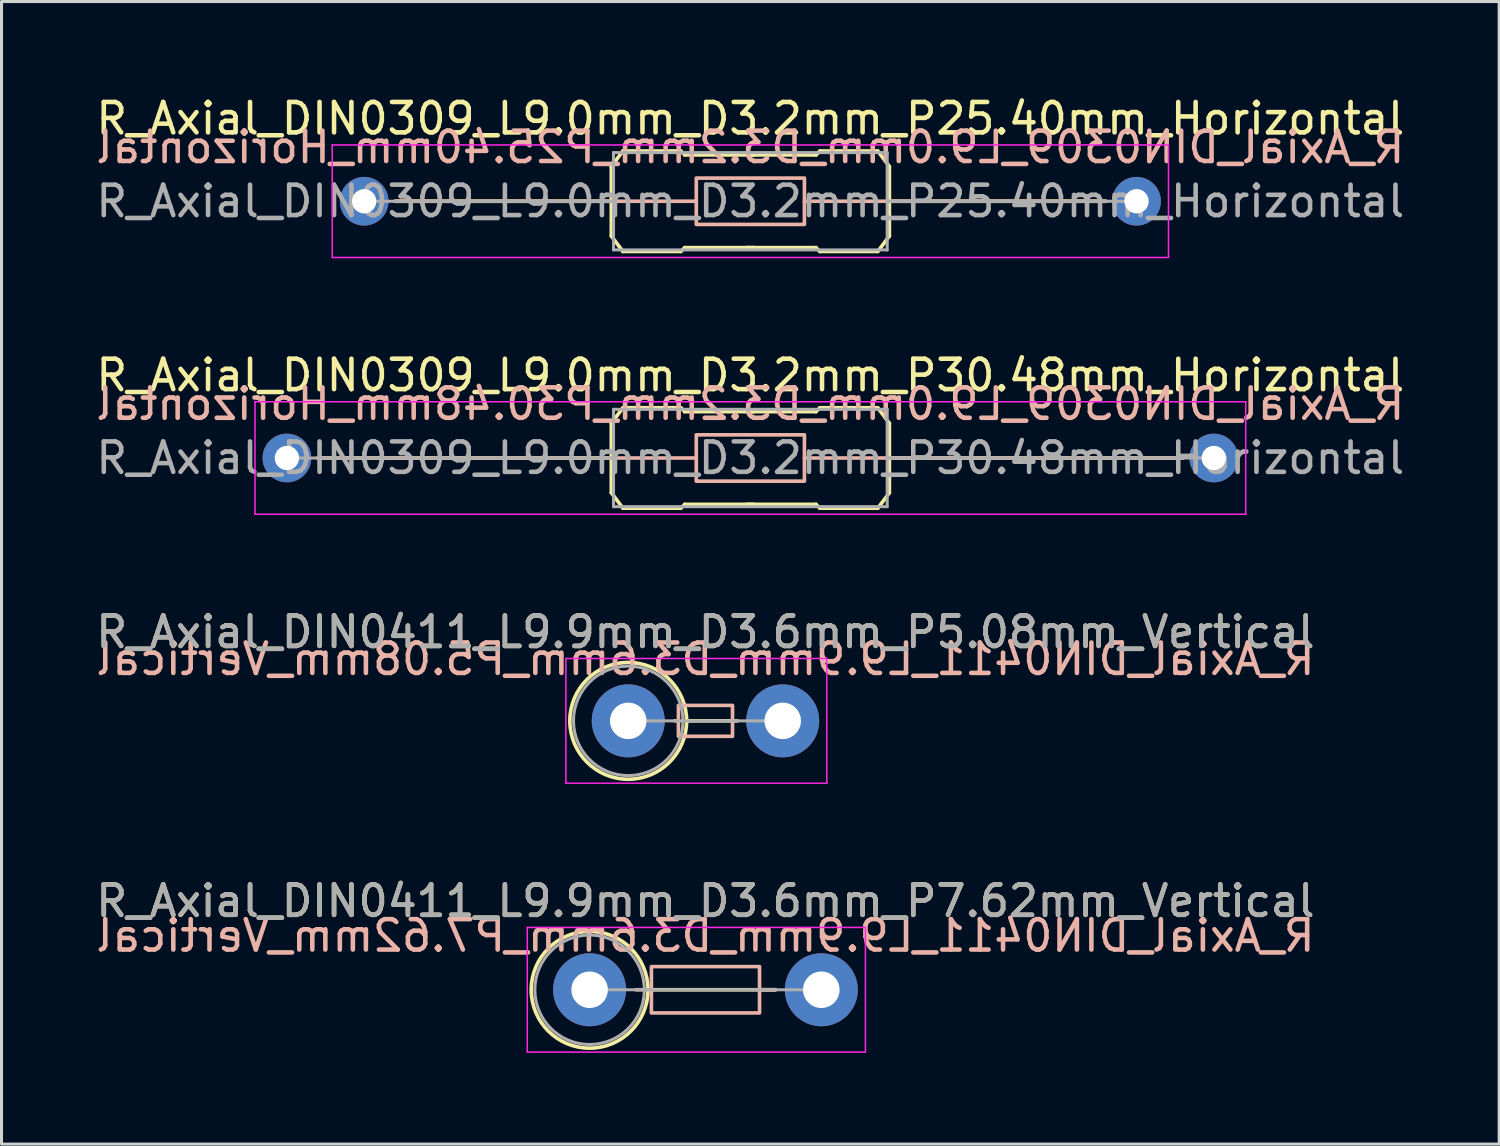
<source format=kicad_pcb>
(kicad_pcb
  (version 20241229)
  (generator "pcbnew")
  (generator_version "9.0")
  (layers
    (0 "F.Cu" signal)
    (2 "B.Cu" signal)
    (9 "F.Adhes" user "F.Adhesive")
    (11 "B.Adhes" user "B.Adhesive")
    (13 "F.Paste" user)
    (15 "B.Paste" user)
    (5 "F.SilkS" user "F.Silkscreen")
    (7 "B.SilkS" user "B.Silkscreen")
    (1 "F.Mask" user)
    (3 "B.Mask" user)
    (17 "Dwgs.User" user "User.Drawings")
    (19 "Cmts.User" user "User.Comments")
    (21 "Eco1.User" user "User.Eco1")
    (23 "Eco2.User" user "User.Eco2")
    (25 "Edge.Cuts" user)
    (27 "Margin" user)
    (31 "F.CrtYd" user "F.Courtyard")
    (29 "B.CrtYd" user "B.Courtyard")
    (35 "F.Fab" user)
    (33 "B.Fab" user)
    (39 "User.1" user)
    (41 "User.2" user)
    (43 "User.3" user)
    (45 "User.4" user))
  (footprint "R_Axial_DIN0411_L9.9mm_D3.6mm_P7.62mm_Vertical"
    (layer "F.Cu")
    (at 16.339 29.498)
    (property "Reference" "R_Axial_DIN0411_L9.9mm_D3.6mm_P7.62mm_Vertical" (at 3.81 -2.92 0) (layer "F.SilkS") (effects (font (size 1 1) (thickness 0.15))))
    (fp_line (start 1.92 0) (end 6.12 0) (stroke (width 0.12) (type solid)) (layer "F.SilkS"))
    (fp_circle (center 0 0) (end 1.92 0) (stroke (width 0.12) (type solid)) (fill no) (layer "F.SilkS"))
    (fp_line (start 2.032 0) (end 1.524 0) (stroke (width 0.12) (type solid)) (layer "B.SilkS"))
    (fp_line (start 5.588 0) (end 6.096 0) (stroke (width 0.12) (type solid)) (layer "B.SilkS"))
    (fp_rect (start 2.032 -0.762) (end 5.588 0.762) (stroke (width 0.12) (type solid)) (fill no) (layer "B.SilkS"))
    (fp_line (start -2.05 -2.05) (end -2.05 2.05) (stroke (width 0.05) (type solid)) (layer "F.CrtYd"))
    (fp_line (start -2.05 2.05) (end 9.07 2.05) (stroke (width 0.05) (type solid)) (layer "F.CrtYd"))
    (fp_line (start 9.07 -2.05) (end -2.05 -2.05) (stroke (width 0.05) (type solid)) (layer "F.CrtYd"))
    (fp_line (start 9.07 2.05) (end 9.07 -2.05) (stroke (width 0.05) (type solid)) (layer "F.CrtYd"))
    (fp_line (start 0 0) (end 7.62 0) (stroke (width 0.1) (type solid)) (layer "F.Fab"))
    (fp_circle (center 0 0) (end 1.8 0) (stroke (width 0.1) (type solid)) (fill no) (layer "F.Fab"))
    (fp_text user "${REFERENCE}" (at 3.81 -1.778 0) (layer "B.SilkS") (effects (font (size 1 1) (thickness 0.15)) (justify mirror)))
    (fp_text user "${REFERENCE}" (at 3.81 -2.92 0) (layer "F.Fab") (effects (font (size 1 1) (thickness 0.15))))
    (pad "1" thru_hole circle (at 0 0) (size 2.4 2.4) (drill 1.2) (layers "*.Cu" "*.Mask"))
    (pad "2" thru_hole oval (at 7.62 0) (size 2.4 2.4) (drill 1.2) (layers "*.Cu" "*.Mask")))
  (footprint "R_Axial_DIN0309_L9.0mm_D3.2mm_P25.40mm_Horizontal"
    (layer "F.Cu")
    (at 8.925 3.568)
    (property "Reference" "R_Axial_DIN0309_L9.0mm_D3.2mm_P25.40mm_Horizontal" (at 12.7 -2.72 0) (layer "F.SilkS") (effects (font (size 1 1) (thickness 0.15))))
    (fp_line (start 8.128 -1.143) (end 8.509 -1.651) (stroke (width 0.12) (type solid)) (layer "F.SilkS"))
    (fp_line (start 8.128 0) (end 1.016 0) (stroke (width 0.12) (type solid)) (layer "F.SilkS"))
    (fp_line (start 8.128 1.143) (end 8.128 -1.143) (stroke (width 0.12) (type solid)) (layer "F.SilkS"))
    (fp_line (start 8.128 1.143) (end 8.509 1.651) (stroke (width 0.12) (type solid)) (layer "F.SilkS"))
    (fp_line (start 8.509 -1.651) (end 10.414 -1.651) (stroke (width 0.12) (type solid)) (layer "F.SilkS"))
    (fp_line (start 8.509 1.651) (end 10.414 1.651) (stroke (width 0.12) (type solid)) (layer "F.SilkS"))
    (fp_line (start 10.414 -1.651) (end 10.541 -1.524) (stroke (width 0.12) (type solid)) (layer "F.SilkS"))
    (fp_line (start 10.414 1.651) (end 10.541 1.524) (stroke (width 0.12) (type solid)) (layer "F.SilkS"))
    (fp_line (start 10.541 -1.524) (end 12.827 -1.524) (stroke (width 0.12) (type solid)) (layer "F.SilkS"))
    (fp_line (start 10.541 1.524) (end 12.827 1.524) (stroke (width 0.12) (type solid)) (layer "F.SilkS"))
    (fp_line (start 14.859 -1.524) (end 12.573 -1.524) (stroke (width 0.12) (type solid)) (layer "F.SilkS"))
    (fp_line (start 14.859 1.524) (end 12.573 1.524) (stroke (width 0.12) (type solid)) (layer "F.SilkS"))
    (fp_line (start 14.986 -1.651) (end 14.859 -1.524) (stroke (width 0.12) (type solid)) (layer "F.SilkS"))
    (fp_line (start 14.986 1.651) (end 14.859 1.524) (stroke (width 0.12) (type solid)) (layer "F.SilkS"))
    (fp_line (start 16.891 -1.651) (end 14.986 -1.651) (stroke (width 0.12) (type solid)) (layer "F.SilkS"))
    (fp_line (start 16.891 1.651) (end 14.986 1.651) (stroke (width 0.12) (type solid)) (layer "F.SilkS"))
    (fp_line (start 17.272 -1.143) (end 16.891 -1.651) (stroke (width 0.12) (type solid)) (layer "F.SilkS"))
    (fp_line (start 17.272 0) (end 24.384 0) (stroke (width 0.12) (type solid)) (layer "F.SilkS"))
    (fp_line (start 17.272 1.143) (end 16.891 1.651) (stroke (width 0.12) (type solid)) (layer "F.SilkS"))
    (fp_line (start 17.272 1.143) (end 17.272 -1.143) (stroke (width 0.12) (type solid)) (layer "F.SilkS"))
    (fp_line (start 10.922 0) (end 1.016 0) (stroke (width 0.12) (type solid)) (layer "B.SilkS"))
    (fp_line (start 14.478 0) (end 24.384 0) (stroke (width 0.12) (type solid)) (layer "B.SilkS"))
    (fp_rect (start 10.922 -0.762) (end 14.478 0.762) (stroke (width 0.12) (type solid)) (fill no) (layer "B.SilkS"))
    (fp_line (start -1.05 -1.85) (end -1.05 1.85) (stroke (width 0.05) (type solid)) (layer "F.CrtYd"))
    (fp_line (start -1.05 1.85) (end 26.45 1.85) (stroke (width 0.05) (type solid)) (layer "F.CrtYd"))
    (fp_line (start 26.45 -1.85) (end -1.05 -1.85) (stroke (width 0.05) (type solid)) (layer "F.CrtYd"))
    (fp_line (start 26.45 1.85) (end 26.45 -1.85) (stroke (width 0.05) (type solid)) (layer "F.CrtYd"))
    (fp_line (start 0 0) (end 8.2 0) (stroke (width 0.1) (type solid)) (layer "F.Fab"))
    (fp_line (start 8.2 -1.6) (end 8.2 1.6) (stroke (width 0.1) (type solid)) (layer "F.Fab"))
    (fp_line (start 8.2 1.6) (end 17.2 1.6) (stroke (width 0.1) (type solid)) (layer "F.Fab"))
    (fp_line (start 17.2 -1.6) (end 8.2 -1.6) (stroke (width 0.1) (type solid)) (layer "F.Fab"))
    (fp_line (start 17.2 1.6) (end 17.2 -1.6) (stroke (width 0.1) (type solid)) (layer "F.Fab"))
    (fp_line (start 25.4 0) (end 17.2 0) (stroke (width 0.1) (type solid)) (layer "F.Fab"))
    (fp_text user "${REFERENCE}" (at 12.7 -1.778 0) (layer "B.SilkS") (effects (font (size 1 1) (thickness 0.15)) (justify mirror)))
    (fp_text user "${REFERENCE}" (at 12.7 0 0) (layer "F.Fab") (effects (font (size 1 1) (thickness 0.15))))
    (pad "1" thru_hole circle (at 0 0) (size 1.6 1.6) (drill 0.8) (layers "*.Cu" "*.Mask"))
    (pad "2" thru_hole oval (at 25.4 0) (size 1.6 1.6) (drill 0.8) (layers "*.Cu" "*.Mask")))
  (footprint "R_Axial_DIN0411_L9.9mm_D3.6mm_P5.08mm_Vertical"
    (layer "F.Cu")
    (at 17.609 20.655)
    (property "Reference" "R_Axial_DIN0411_L9.9mm_D3.6mm_P5.08mm_Vertical" (at 2.54 -2.92 0) (layer "F.SilkS") (effects (font (size 1 1) (thickness 0.15))))
    (fp_line (start 1.92 0) (end 3.58 0) (stroke (width 0.12) (type solid)) (layer "F.SilkS"))
    (fp_circle (center 0 0) (end 1.92 0) (stroke (width 0.12) (type solid)) (fill no) (layer "F.SilkS"))
    (fp_line (start 1.524 0) (end 1.651 0) (stroke (width 0.12) (type solid)) (layer "B.SilkS"))
    (fp_line (start 3.556 0) (end 3.429 0) (stroke (width 0.12) (type solid)) (layer "B.SilkS"))
    (fp_rect (start 1.651 -0.508) (end 3.429 0.508) (stroke (width 0.12) (type solid)) (fill no) (layer "B.SilkS"))
    (fp_line (start -2.05 -2.05) (end -2.05 2.05) (stroke (width 0.05) (type solid)) (layer "F.CrtYd"))
    (fp_line (start -2.05 2.05) (end 6.53 2.05) (stroke (width 0.05) (type solid)) (layer "F.CrtYd"))
    (fp_line (start 6.53 -2.05) (end -2.05 -2.05) (stroke (width 0.05) (type solid)) (layer "F.CrtYd"))
    (fp_line (start 6.53 2.05) (end 6.53 -2.05) (stroke (width 0.05) (type solid)) (layer "F.CrtYd"))
    (fp_line (start 0 0) (end 5.08 0) (stroke (width 0.1) (type solid)) (layer "F.Fab"))
    (fp_circle (center 0 0) (end 1.8 0) (stroke (width 0.1) (type solid)) (fill no) (layer "F.Fab"))
    (fp_text user "${REFERENCE}" (at 2.54 -2.032 0) (layer "B.SilkS") (effects (font (size 1 1) (thickness 0.15)) (justify mirror)))
    (fp_text user "${REFERENCE}" (at 2.54 -2.92 0) (layer "F.Fab") (effects (font (size 1 1) (thickness 0.15))))
    (pad "1" thru_hole circle (at 0 0) (size 2.4 2.4) (drill 1.2) (layers "*.Cu" "*.Mask"))
    (pad "2" thru_hole oval (at 5.08 0) (size 2.4 2.4) (drill 1.2) (layers "*.Cu" "*.Mask")))
  (footprint "R_Axial_DIN0309_L9.0mm_D3.2mm_P30.48mm_Horizontal"
    (layer "F.Cu")
    (at 6.385 12.011)
    (property "Reference" "R_Axial_DIN0309_L9.0mm_D3.2mm_P30.48mm_Horizontal" (at 15.24 -2.72 0) (layer "F.SilkS") (effects (font (size 1 1) (thickness 0.15))))
    (fp_line (start 10.668 -1.143) (end 11.049 -1.651) (stroke (width 0.12) (type solid)) (layer "F.SilkS"))
    (fp_line (start 10.668 0) (end 1.016 0) (stroke (width 0.12) (type solid)) (layer "F.SilkS"))
    (fp_line (start 10.668 1.143) (end 10.668 -1.143) (stroke (width 0.12) (type solid)) (layer "F.SilkS"))
    (fp_line (start 10.668 1.143) (end 11.049 1.651) (stroke (width 0.12) (type solid)) (layer "F.SilkS"))
    (fp_line (start 11.049 -1.651) (end 12.954 -1.651) (stroke (width 0.12) (type solid)) (layer "F.SilkS"))
    (fp_line (start 11.049 1.651) (end 12.954 1.651) (stroke (width 0.12) (type solid)) (layer "F.SilkS"))
    (fp_line (start 12.954 -1.651) (end 13.081 -1.524) (stroke (width 0.12) (type solid)) (layer "F.SilkS"))
    (fp_line (start 12.954 1.651) (end 13.081 1.524) (stroke (width 0.12) (type solid)) (layer "F.SilkS"))
    (fp_line (start 13.081 -1.524) (end 15.367 -1.524) (stroke (width 0.12) (type solid)) (layer "F.SilkS"))
    (fp_line (start 13.081 1.524) (end 15.367 1.524) (stroke (width 0.12) (type solid)) (layer "F.SilkS"))
    (fp_line (start 17.399 -1.524) (end 15.113 -1.524) (stroke (width 0.12) (type solid)) (layer "F.SilkS"))
    (fp_line (start 17.399 1.524) (end 15.113 1.524) (stroke (width 0.12) (type solid)) (layer "F.SilkS"))
    (fp_line (start 17.526 -1.651) (end 17.399 -1.524) (stroke (width 0.12) (type solid)) (layer "F.SilkS"))
    (fp_line (start 17.526 1.651) (end 17.399 1.524) (stroke (width 0.12) (type solid)) (layer "F.SilkS"))
    (fp_line (start 19.431 -1.651) (end 17.526 -1.651) (stroke (width 0.12) (type solid)) (layer "F.SilkS"))
    (fp_line (start 19.431 1.651) (end 17.526 1.651) (stroke (width 0.12) (type solid)) (layer "F.SilkS"))
    (fp_line (start 19.812 -1.143) (end 19.431 -1.651) (stroke (width 0.12) (type solid)) (layer "F.SilkS"))
    (fp_line (start 19.812 0) (end 29.464 0) (stroke (width 0.12) (type solid)) (layer "F.SilkS"))
    (fp_line (start 19.812 1.143) (end 19.431 1.651) (stroke (width 0.12) (type solid)) (layer "F.SilkS"))
    (fp_line (start 19.812 1.143) (end 19.812 -1.143) (stroke (width 0.12) (type solid)) (layer "F.SilkS"))
    (fp_line (start 13.462 0) (end 1.016 0) (stroke (width 0.12) (type solid)) (layer "B.SilkS"))
    (fp_line (start 17.018 0) (end 29.464 0) (stroke (width 0.12) (type solid)) (layer "B.SilkS"))
    (fp_rect (start 13.462 -0.762) (end 17.018 0.762) (stroke (width 0.12) (type solid)) (fill no) (layer "B.SilkS"))
    (fp_line (start -1.05 -1.85) (end -1.05 1.85) (stroke (width 0.05) (type solid)) (layer "F.CrtYd"))
    (fp_line (start -1.05 1.85) (end 31.53 1.85) (stroke (width 0.05) (type solid)) (layer "F.CrtYd"))
    (fp_line (start 31.53 -1.85) (end -1.05 -1.85) (stroke (width 0.05) (type solid)) (layer "F.CrtYd"))
    (fp_line (start 31.53 1.85) (end 31.53 -1.85) (stroke (width 0.05) (type solid)) (layer "F.CrtYd"))
    (fp_line (start 0 0) (end 10.74 0) (stroke (width 0.1) (type solid)) (layer "F.Fab"))
    (fp_line (start 10.74 -1.6) (end 10.74 1.6) (stroke (width 0.1) (type solid)) (layer "F.Fab"))
    (fp_line (start 10.74 1.6) (end 19.74 1.6) (stroke (width 0.1) (type solid)) (layer "F.Fab"))
    (fp_line (start 19.74 -1.6) (end 10.74 -1.6) (stroke (width 0.1) (type solid)) (layer "F.Fab"))
    (fp_line (start 19.74 1.6) (end 19.74 -1.6) (stroke (width 0.1) (type solid)) (layer "F.Fab"))
    (fp_line (start 30.48 0) (end 19.74 0) (stroke (width 0.1) (type solid)) (layer "F.Fab"))
    (fp_text user "${REFERENCE}" (at 15.24 -1.778 0) (layer "B.SilkS") (effects (font (size 1 1) (thickness 0.15)) (justify mirror)))
    (fp_text user "${REFERENCE}" (at 15.24 0 0) (layer "F.Fab") (effects (font (size 1 1) (thickness 0.15))))
    (pad "1" thru_hole circle (at 0 0) (size 1.6 1.6) (drill 0.8) (layers "*.Cu" "*.Mask"))
    (pad "2" thru_hole oval (at 30.48 0) (size 1.6 1.6) (drill 0.8) (layers "*.Cu" "*.Mask")))
  (gr_rect
    (start -3 -3)
    (end 46.25 34.573)
    (stroke (width 0.1) (type default))
    (fill no)
    (layer "Edge.Cuts")))
</source>
